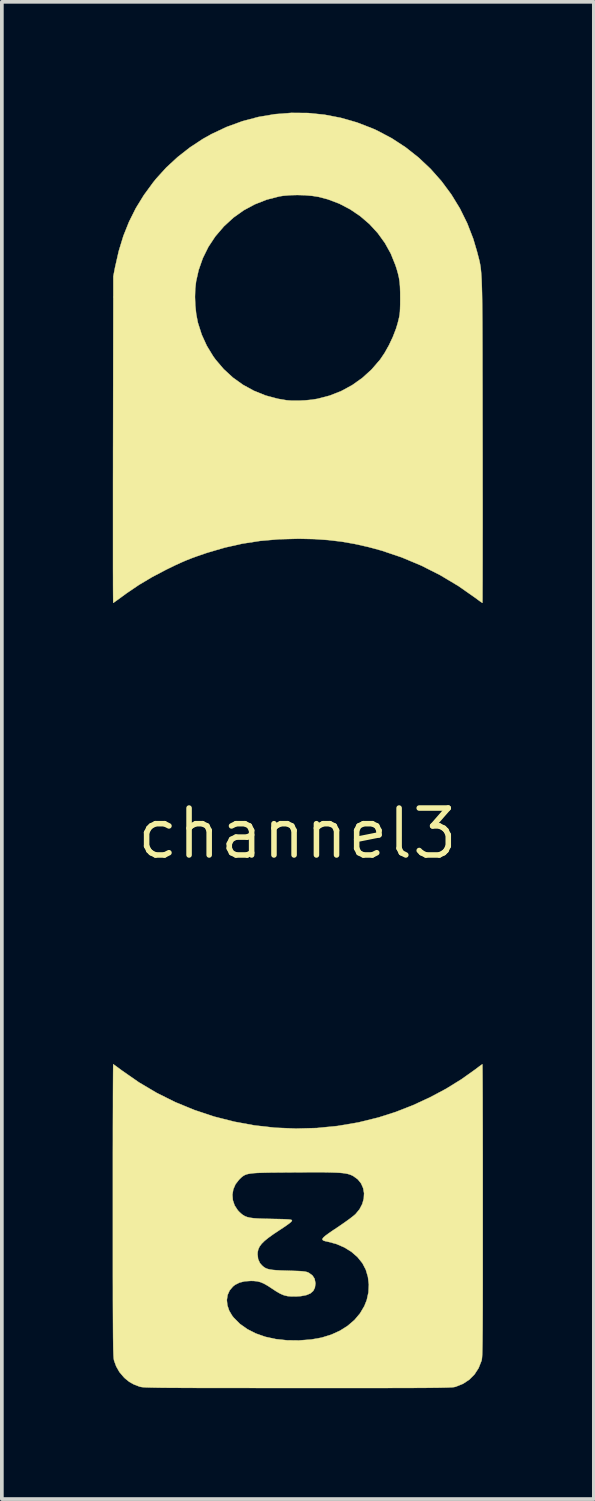
<source format=kicad_pcb>
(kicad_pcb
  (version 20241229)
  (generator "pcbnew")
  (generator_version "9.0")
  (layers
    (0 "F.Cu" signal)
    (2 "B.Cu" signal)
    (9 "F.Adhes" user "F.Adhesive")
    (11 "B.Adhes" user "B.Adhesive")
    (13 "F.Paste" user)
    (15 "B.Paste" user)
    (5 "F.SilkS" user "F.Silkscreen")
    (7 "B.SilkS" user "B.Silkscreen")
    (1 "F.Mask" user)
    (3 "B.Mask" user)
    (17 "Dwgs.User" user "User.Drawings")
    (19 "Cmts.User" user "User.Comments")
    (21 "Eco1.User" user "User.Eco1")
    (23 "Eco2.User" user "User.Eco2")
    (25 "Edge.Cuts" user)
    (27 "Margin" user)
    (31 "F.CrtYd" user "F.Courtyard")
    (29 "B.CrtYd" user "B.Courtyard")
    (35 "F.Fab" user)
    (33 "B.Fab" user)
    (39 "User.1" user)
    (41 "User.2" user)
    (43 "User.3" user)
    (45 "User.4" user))
  (footprint "channel3"
    (layer "F.Cu")
    (at 5 19.51)
    (property "Reference" "channel3" (at 0 0 0) (layer "F.SilkS") (effects (font (size 1.27 1.27) (thickness 0.15))))
    (attr through_hole)
    (fp_poly (pts (xy 0.284 -19.501) (xy 0.731 -19.456) (xy 1.173 -19.371) (xy 1.61 -19.246) (xy 2.037 -19.081) (xy 2.154 -19.028) (xy 2.552 -18.818) (xy 2.927 -18.573) (xy 3.278 -18.296) (xy 3.603 -17.99) (xy 3.899 -17.656) (xy 4.165 -17.297) (xy 4.398 -16.916) (xy 4.596 -16.515) (xy 4.758 -16.097) (xy 4.858 -15.759) (xy 4.875 -15.695) (xy 4.89 -15.637) (xy 4.904 -15.584) (xy 4.917 -15.534) (xy 4.929 -15.484) (xy 4.939 -15.433) (xy 4.949 -15.38) (xy 4.958 -15.321) (xy 4.965 -15.256) (xy 4.972 -15.182) (xy 4.978 -15.099) (xy 4.984 -15.003) (xy 4.988 -14.893) (xy 4.992 -14.767) (xy 4.996 -14.624) (xy 4.999 -14.461) (xy 5.001 -14.277) (xy 5.003 -14.069) (xy 5.005 -13.837) (xy 5.006 -13.578) (xy 5.007 -13.29) (xy 5.008 -12.971) (xy 5.008 -12.62) (xy 5.009 -12.235) (xy 5.01 -11.814) (xy 5.01 -11.355) (xy 5.011 -10.857) (xy 5.011 -10.642) (xy 5.012 -10.213) (xy 5.012 -9.796) (xy 5.012 -9.393) (xy 5.013 -9.005) (xy 5.013 -8.634) (xy 5.013 -8.282) (xy 5.012 -7.952) (xy 5.012 -7.644) (xy 5.012 -7.362) (xy 5.011 -7.107) (xy 5.011 -6.881) (xy 5.01 -6.686) (xy 5.009 -6.524) (xy 5.009 -6.397) (xy 5.008 -6.307) (xy 5.007 -6.256) (xy 5.006 -6.244) (xy 4.985 -6.256) (xy 4.939 -6.288) (xy 4.874 -6.335) (xy 4.831 -6.368) (xy 4.361 -6.697) (xy 3.868 -6.992) (xy 3.355 -7.252) (xy 2.826 -7.474) (xy 2.284 -7.657) (xy 1.916 -7.757) (xy 1.546 -7.84) (xy 1.189 -7.902) (xy 0.831 -7.944) (xy 0.46 -7.97) (xy 0.063 -7.979) (xy 0.011 -7.979) (xy -0.511 -7.965) (xy -1.009 -7.921) (xy -1.493 -7.846) (xy -1.969 -7.739) (xy -2.446 -7.599) (xy -2.529 -7.571) (xy -2.712 -7.508) (xy -2.871 -7.45) (xy -3.017 -7.392) (xy -3.162 -7.329) (xy -3.317 -7.258) (xy -3.495 -7.171) (xy -3.556 -7.141) (xy -3.936 -6.941) (xy -4.287 -6.732) (xy -4.622 -6.505) (xy -4.726 -6.429) (xy -4.814 -6.364) (xy -4.891 -6.309) (xy -4.948 -6.268) (xy -4.981 -6.246) (xy -4.985 -6.244) (xy -4.986 -6.265) (xy -4.987 -6.326) (xy -4.988 -6.426) (xy -4.989 -6.562) (xy -4.99 -6.732) (xy -4.99 -6.936) (xy -4.991 -7.169) (xy -4.991 -7.431) (xy -4.991 -7.72) (xy -4.991 -8.034) (xy -4.991 -8.37) (xy -4.991 -8.727) (xy -4.991 -9.103) (xy -4.991 -9.496) (xy -4.99 -9.903) (xy -4.99 -10.324) (xy -4.989 -10.663) (xy -4.983 -14.522) (xy -2.773 -14.522) (xy -2.764 -14.29) (xy -2.74 -14.064) (xy -2.701 -13.858) (xy -2.693 -13.822) (xy -2.59 -13.501) (xy -2.454 -13.203) (xy -2.282 -12.92) (xy -2.214 -12.826) (xy -1.994 -12.568) (xy -1.746 -12.34) (xy -1.473 -12.145) (xy -1.177 -11.983) (xy -0.862 -11.856) (xy -0.529 -11.767) (xy -0.293 -11.727) (xy -0.144 -11.716) (xy 0.03 -11.716) (xy 0.215 -11.725) (xy 0.397 -11.743) (xy 0.545 -11.767) (xy 0.874 -11.853) (xy 1.188 -11.977) (xy 1.484 -12.138) (xy 1.759 -12.334) (xy 2.01 -12.563) (xy 2.233 -12.822) (xy 2.236 -12.825) (xy 2.359 -13.007) (xy 2.477 -13.217) (xy 2.582 -13.44) (xy 2.668 -13.662) (xy 2.713 -13.811) (xy 2.736 -13.902) (xy 2.754 -13.977) (xy 2.766 -14.047) (xy 2.774 -14.12) (xy 2.778 -14.206) (xy 2.781 -14.315) (xy 2.782 -14.455) (xy 2.782 -14.478) (xy 2.781 -14.656) (xy 2.776 -14.803) (xy 2.766 -14.928) (xy 2.748 -15.043) (xy 2.721 -15.159) (xy 2.685 -15.286) (xy 2.651 -15.388) (xy 2.527 -15.696) (xy 2.367 -15.984) (xy 2.174 -16.251) (xy 1.951 -16.494) (xy 1.701 -16.709) (xy 1.427 -16.895) (xy 1.132 -17.049) (xy 0.819 -17.167) (xy 0.572 -17.232) (xy 0.401 -17.259) (xy 0.206 -17.276) (xy -0.000155 -17.282) (xy -0.202 -17.277) (xy -0.387 -17.261) (xy -0.493 -17.244) (xy -0.834 -17.156) (xy -1.154 -17.03) (xy -1.453 -16.869) (xy -1.731 -16.671) (xy -1.987 -16.436) (xy -1.997 -16.425) (xy -2.223 -16.161) (xy -2.411 -15.877) (xy -2.561 -15.573) (xy -2.674 -15.251) (xy -2.743 -14.944) (xy -2.766 -14.745) (xy -2.773 -14.522) (xy -4.983 -14.522) (xy -4.983 -15.081) (xy -4.936 -15.325) (xy -4.836 -15.764) (xy -4.711 -16.174) (xy -4.557 -16.559) (xy -4.374 -16.925) (xy -4.157 -17.278) (xy -3.904 -17.624) (xy -3.813 -17.736) (xy -3.544 -18.031) (xy -3.241 -18.31) (xy -2.912 -18.568) (xy -2.563 -18.798) (xy -2.328 -18.93) (xy -1.914 -19.125) (xy -1.488 -19.28) (xy -1.053 -19.395) (xy -0.61 -19.47) (xy -0.164 -19.505) (xy 0.284 -19.501)) (stroke (width 0.01) (type solid)) (fill yes) (layer "F.SilkS"))
    (fp_poly (pts (xy 5.007 6.265) (xy 5.008 6.326) (xy 5.009 6.425) (xy 5.01 6.561) (xy 5.011 6.73) (xy 5.012 6.932) (xy 5.013 7.163) (xy 5.013 7.422) (xy 5.014 7.707) (xy 5.015 8.015) (xy 5.015 8.345) (xy 5.016 8.695) (xy 5.016 9.062) (xy 5.016 9.445) (xy 5.016 9.84) (xy 5.016 10.198) (xy 5.016 10.682) (xy 5.016 11.126) (xy 5.016 11.531) (xy 5.016 11.898) (xy 5.016 12.231) (xy 5.015 12.531) (xy 5.015 12.799) (xy 5.014 13.037) (xy 5.013 13.248) (xy 5.012 13.432) (xy 5.01 13.593) (xy 5.009 13.731) (xy 5.007 13.848) (xy 5.005 13.947) (xy 5.003 14.028) (xy 5.001 14.095) (xy 4.998 14.148) (xy 4.995 14.19) (xy 4.991 14.222) (xy 4.988 14.246) (xy 4.983 14.264) (xy 4.982 14.268) (xy 4.903 14.467) (xy 4.792 14.638) (xy 4.651 14.78) (xy 4.481 14.892) (xy 4.284 14.971) (xy 4.277 14.973) (xy 4.26 14.977) (xy 4.238 14.981) (xy 4.208 14.985) (xy 4.169 14.988) (xy 4.118 14.99) (xy 4.055 14.993) (xy 3.977 14.995) (xy 3.882 14.997) (xy 3.769 14.999) (xy 3.637 15) (xy 3.483 15.002) (xy 3.305 15.003) (xy 3.102 15.004) (xy 2.872 15.004) (xy 2.613 15.005) (xy 2.324 15.006) (xy 2.003 15.006) (xy 1.647 15.006) (xy 1.256 15.006) (xy 0.827 15.006) (xy 0.359 15.006) (xy 0.001 15.006) (xy -0.493 15.006) (xy -0.947 15.006) (xy -1.362 15.005) (xy -1.74 15.005) (xy -2.083 15.005) (xy -2.393 15.004) (xy -2.671 15.004) (xy -2.919 15.003) (xy -3.139 15.002) (xy -3.333 15.001) (xy -3.503 15) (xy -3.649 14.999) (xy -3.775 14.997) (xy -3.882 14.995) (xy -3.971 14.993) (xy -4.045 14.991) (xy -4.105 14.989) (xy -4.154 14.986) (xy -4.192 14.983) (xy -4.221 14.979) (xy -4.244 14.975) (xy -4.262 14.971) (xy -4.276 14.967) (xy -4.427 14.909) (xy -4.553 14.838) (xy -4.668 14.745) (xy -4.701 14.712) (xy -4.818 14.574) (xy -4.905 14.421) (xy -4.961 14.268) (xy -4.965 14.251) (xy -4.969 14.228) (xy -4.973 14.198) (xy -4.976 14.159) (xy -4.979 14.109) (xy -4.981 14.046) (xy -4.984 13.968) (xy -4.986 13.874) (xy -4.987 13.761) (xy -4.989 13.628) (xy -4.99 13.474) (xy -4.991 13.295) (xy -4.992 13.091) (xy -4.993 12.86) (xy -4.994 12.625) (xy -1.911 12.625) (xy -1.896 12.768) (xy -1.847 12.914) (xy -1.763 13.055) (xy -1.726 13.101) (xy -1.557 13.271) (xy -1.355 13.414) (xy -1.125 13.531) (xy -0.868 13.621) (xy -0.587 13.682) (xy -0.284 13.715) (xy 0.039 13.719) (xy 0.376 13.693) (xy 0.655 13.643) (xy 0.914 13.563) (xy 1.15 13.456) (xy 1.361 13.322) (xy 1.543 13.166) (xy 1.694 12.987) (xy 1.811 12.789) (xy 1.876 12.626) (xy 1.922 12.418) (xy 1.933 12.206) (xy 1.908 11.998) (xy 1.85 11.803) (xy 1.76 11.63) (xy 1.627 11.464) (xy 1.461 11.319) (xy 1.266 11.199) (xy 1.049 11.106) (xy 0.817 11.045) (xy 0.748 11.03) (xy 0.701 11.014) (xy 0.677 10.993) (xy 0.679 10.966) (xy 0.708 10.928) (xy 0.765 10.879) (xy 0.854 10.814) (xy 0.975 10.731) (xy 1.073 10.666) (xy 1.195 10.583) (xy 1.312 10.501) (xy 1.417 10.425) (xy 1.502 10.359) (xy 1.561 10.31) (xy 1.573 10.299) (xy 1.681 10.168) (xy 1.755 10.026) (xy 1.796 9.88) (xy 1.804 9.735) (xy 1.779 9.596) (xy 1.722 9.468) (xy 1.633 9.358) (xy 1.513 9.271) (xy 1.5 9.264) (xy 1.456 9.243) (xy 1.409 9.225) (xy 1.356 9.21) (xy 1.294 9.198) (xy 1.218 9.188) (xy 1.127 9.18) (xy 1.015 9.175) (xy 0.88 9.171) (xy 0.718 9.168) (xy 0.525 9.168) (xy 0.299 9.168) (xy 0.036 9.169) (xy -0.1 9.17) (xy -0.365 9.172) (xy -0.592 9.174) (xy -0.783 9.176) (xy -0.943 9.18) (xy -1.075 9.184) (xy -1.182 9.191) (xy -1.268 9.201) (xy -1.337 9.213) (xy -1.393 9.229) (xy -1.438 9.249) (xy -1.476 9.273) (xy -1.512 9.301) (xy -1.548 9.336) (xy -1.58 9.368) (xy -1.676 9.491) (xy -1.736 9.629) (xy -1.76 9.775) (xy -1.748 9.923) (xy -1.7 10.065) (xy -1.616 10.194) (xy -1.58 10.233) (xy -1.527 10.283) (xy -1.476 10.324) (xy -1.421 10.356) (xy -1.358 10.38) (xy -1.281 10.398) (xy -1.184 10.411) (xy -1.062 10.419) (xy -0.909 10.425) (xy -0.721 10.429) (xy -0.693 10.43) (xy -0.527 10.433) (xy -0.398 10.436) (xy -0.302 10.44) (xy -0.234 10.444) (xy -0.19 10.45) (xy -0.164 10.456) (xy -0.151 10.465) (xy -0.148 10.477) (xy -0.148 10.477) (xy -0.167 10.505) (xy -0.223 10.553) (xy -0.316 10.62) (xy -0.446 10.707) (xy -0.471 10.723) (xy -0.644 10.838) (xy -0.782 10.937) (xy -0.89 11.024) (xy -0.969 11.103) (xy -1.025 11.178) (xy -1.059 11.251) (xy -1.076 11.328) (xy -1.079 11.388) (xy -1.064 11.518) (xy -1.015 11.625) (xy -0.96 11.688) (xy -0.916 11.727) (xy -0.871 11.757) (xy -0.818 11.78) (xy -0.754 11.797) (xy -0.67 11.81) (xy -0.562 11.819) (xy -0.423 11.826) (xy -0.254 11.831) (xy -0.098 11.836) (xy 0.022 11.84) (xy 0.112 11.845) (xy 0.178 11.852) (xy 0.227 11.86) (xy 0.265 11.87) (xy 0.298 11.884) (xy 0.313 11.892) (xy 0.407 11.961) (xy 0.465 12.051) (xy 0.486 12.163) (xy 0.487 12.179) (xy 0.472 12.29) (xy 0.428 12.378) (xy 0.352 12.445) (xy 0.242 12.491) (xy 0.096 12.519) (xy -0.025 12.527) (xy -0.158 12.528) (xy -0.268 12.519) (xy -0.366 12.495) (xy -0.465 12.453) (xy -0.574 12.39) (xy -0.676 12.323) (xy -0.802 12.24) (xy -0.906 12.181) (xy -0.997 12.142) (xy -1.086 12.119) (xy -1.182 12.109) (xy -1.257 12.107) (xy -1.427 12.118) (xy -1.568 12.153) (xy -1.687 12.213) (xy -1.745 12.259) (xy -1.835 12.365) (xy -1.89 12.488) (xy -1.911 12.625) (xy -4.994 12.625) (xy -4.994 12.599) (xy -4.994 12.308) (xy -4.995 11.983) (xy -4.995 11.624) (xy -4.995 11.228) (xy -4.995 10.795) (xy -4.995 10.321) (xy -4.995 10.198) (xy -4.995 9.793) (xy -4.995 9.398) (xy -4.995 9.018) (xy -4.995 8.652) (xy -4.994 8.305) (xy -4.994 7.977) (xy -4.993 7.672) (xy -4.992 7.39) (xy -4.992 7.134) (xy -4.991 6.906) (xy -4.99 6.708) (xy -4.989 6.543) (xy -4.988 6.412) (xy -4.987 6.317) (xy -4.986 6.26) (xy -4.985 6.244) (xy -4.966 6.256) (xy -4.919 6.289) (xy -4.852 6.338) (xy -4.77 6.399) (xy -4.753 6.412) (xy -4.29 6.734) (xy -3.807 7.02) (xy -3.305 7.27) (xy -2.787 7.483) (xy -2.255 7.66) (xy -1.712 7.798) (xy -1.161 7.899) (xy -0.602 7.962) (xy -0.04 7.985) (xy 0.524 7.97) (xy 1.087 7.914) (xy 1.647 7.819) (xy 2.195 7.684) (xy 2.661 7.535) (xy 3.126 7.353) (xy 3.583 7.142) (xy 4.024 6.907) (xy 4.44 6.65) (xy 4.825 6.376) (xy 4.863 6.347) (xy 4.926 6.299) (xy 4.976 6.263) (xy 5.003 6.245) (xy 5.005 6.244) (xy 5.007 6.265)) (stroke (width 0.01) (type solid)) (fill yes) (layer "F.SilkS")))
  (gr_rect
    (start -3 -3)
    (end 13.022 37.522)
    (stroke (width 0.1) (type default))
    (fill no)
    (layer "Edge.Cuts")))
</source>
